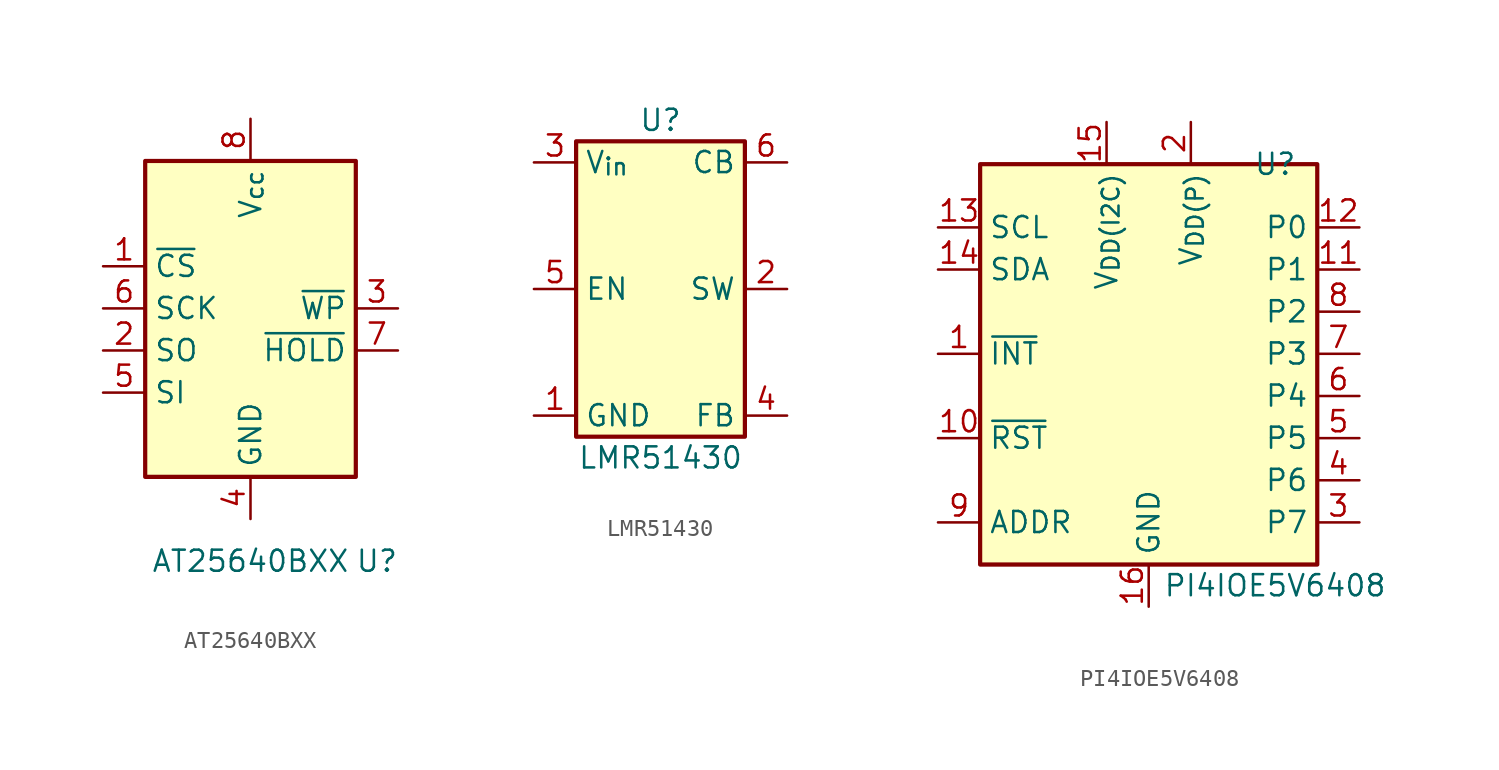
<source format=kicad_sym>
(kicad_symbol_lib
  (version 20220914)
  (generator kicad_symbol_editor)
  (symbol "AT25640BXX"
    (property "Reference" "U"
      (at 7.62 -5.08 0)
      (effects (font (size 1.27 1.27))))
    (property "Value" "AT25640BXX"
      (at 0 -5.08 0)
      (effects (font (size 1.27 1.27))))
    (symbol "AT25640BXX_1_1"
      (rectangle (start -6.35 19.05) (end 6.35 0) (stroke (width 0.254) (type default)) (fill (type background)))
      (pin input line (at -8.89 12.7 0) (length 2.54) (name "~{CS}" (effects (font (size 1.27 1.27)))) (number "1" (effects (font (size 1.27 1.27)))))
      (pin input line (at -8.89 7.62 0) (length 2.54) (name "SO" (effects (font (size 1.27 1.27)))) (number "2" (effects (font (size 1.27 1.27)))))
      (pin input line (at 8.89 10.16 180) (length 2.54) (name "~{WP}" (effects (font (size 1.27 1.27)))) (number "3" (effects (font (size 1.27 1.27)))))
      (pin input line (at 0 -2.54 90) (length 2.54) (name "GND" (effects (font (size 1.27 1.27)))) (number "4" (effects (font (size 1.27 1.27)))))
      (pin input line (at -8.89 5.08 0) (length 2.54) (name "SI" (effects (font (size 1.27 1.27)))) (number "5" (effects (font (size 1.27 1.27)))))
      (pin input line (at -8.89 10.16 0) (length 2.54) (name "SCK" (effects (font (size 1.27 1.27)))) (number "6" (effects (font (size 1.27 1.27)))))
      (pin input line (at 8.89 7.62 180) (length 2.54) (name "~{HOLD}" (effects (font (size 1.27 1.27)))) (number "7" (effects (font (size 1.27 1.27)))))
      (pin input line (at 0 21.59 270) (length 2.54) (name "V_{cc}" (effects (font (size 1.27 1.27)))) (number "8" (effects (font (size 1.27 1.27)))))))
  (symbol "LMR51430"
    (property "Reference" "U"
      (at 0 10.16 0)
      (effects (font (size 1.27 1.27))))
    (property "Value" "LMR51430"
      (at 0 -10.16 0)
      (effects (font (size 1.27 1.27))))
    (symbol "LMR51430_1_1"
      (rectangle (start -5.08 8.89) (end 5.08 -8.89) (stroke (width 0.254) (type default)) (fill (type background)))
      (pin input line (at -7.62 -7.62 0) (length 2.54) (name "GND" (effects (font (size 1.27 1.27)))) (number "1" (effects (font (size 1.27 1.27)))))
      (pin input line (at 7.62 0 180) (length 2.54) (name "SW" (effects (font (size 1.27 1.27)))) (number "2" (effects (font (size 1.27 1.27)))))
      (pin input line (at -7.62 7.62 0) (length 2.54) (name "V_{in}" (effects (font (size 1.27 1.27)))) (number "3" (effects (font (size 1.27 1.27)))))
      (pin input line (at 7.62 -7.62 180) (length 2.54) (name "FB" (effects (font (size 1.27 1.27)))) (number "4" (effects (font (size 1.27 1.27)))))
      (pin input line (at -7.62 0 0) (length 2.54) (name "EN" (effects (font (size 1.27 1.27)))) (number "5" (effects (font (size 1.27 1.27)))))
      (pin input line (at 7.62 7.62 180) (length 2.54) (name "CB" (effects (font (size 1.27 1.27)))) (number "6" (effects (font (size 1.27 1.27)))))))
  (symbol "PI4IOE5V6408"
    (property "Reference" "U"
      (at 7.62 12.7 0)
      (effects (font (size 1.27 1.27))))
    (property "Value" "PI4IOE5V6408"
      (at 7.62 -12.7 0)
      (effects (font (size 1.27 1.27))))
    (symbol "PI4IOE5V6408_1_1"
      (rectangle (start -10.16 12.7) (end 10.16 -11.43) (stroke (width 0.254) (type default)) (fill (type background)))
      (pin input line (at -12.7 1.27 0) (length 2.54) (name "~{INT}" (effects (font (size 1.27 1.27)))) (number "1" (effects (font (size 1.27 1.27)))))
      (pin input line (at -12.7 -3.81 0) (length 2.54) (name "~{RST}" (effects (font (size 1.27 1.27)))) (number "10" (effects (font (size 1.27 1.27)))))
      (pin input line (at 12.7 6.35 180) (length 2.54) (name "P1" (effects (font (size 1.27 1.27)))) (number "11" (effects (font (size 1.27 1.27)))))
      (pin input line (at 12.7 8.89 180) (length 2.54) (name "P0" (effects (font (size 1.27 1.27)))) (number "12" (effects (font (size 1.27 1.27)))))
      (pin input line (at -12.7 8.89 0) (length 2.54) (name "SCL" (effects (font (size 1.27 1.27)))) (number "13" (effects (font (size 1.27 1.27)))))
      (pin input line (at -12.7 6.35 0) (length 2.54) (name "SDA" (effects (font (size 1.27 1.27)))) (number "14" (effects (font (size 1.27 1.27)))))
      (pin input line (at -2.54 15.24 270) (length 2.54) (name "V_{DD(I2C)}" (effects (font (size 1.27 1.27)))) (number "15" (effects (font (size 1.27 1.27)))))
      (pin input line (at 0 -13.97 90) (length 2.54) (name "GND" (effects (font (size 1.27 1.27)))) (number "16" (effects (font (size 1.27 1.27)))))
      (pin input line (at 2.54 15.24 270) (length 2.54) (name "V_{DD(P)}" (effects (font (size 1.27 1.27)))) (number "2" (effects (font (size 1.27 1.27)))))
      (pin input line (at 12.7 -8.89 180) (length 2.54) (name "P7" (effects (font (size 1.27 1.27)))) (number "3" (effects (font (size 1.27 1.27)))))
      (pin input line (at 12.7 -6.35 180) (length 2.54) (name "P6" (effects (font (size 1.27 1.27)))) (number "4" (effects (font (size 1.27 1.27)))))
      (pin input line (at 12.7 -3.81 180) (length 2.54) (name "P5" (effects (font (size 1.27 1.27)))) (number "5" (effects (font (size 1.27 1.27)))))
      (pin input line (at 12.7 -1.27 180) (length 2.54) (name "P4" (effects (font (size 1.27 1.27)))) (number "6" (effects (font (size 1.27 1.27)))))
      (pin input line (at 12.7 1.27 180) (length 2.54) (name "P3" (effects (font (size 1.27 1.27)))) (number "7" (effects (font (size 1.27 1.27)))))
      (pin input line (at 12.7 3.81 180) (length 2.54) (name "P2" (effects (font (size 1.27 1.27)))) (number "8" (effects (font (size 1.27 1.27)))))
      (pin input line (at -12.7 -8.89 0) (length 2.54) (name "ADDR" (effects (font (size 1.27 1.27)))) (number "9" (effects (font (size 1.27 1.27))))))))
</source>
